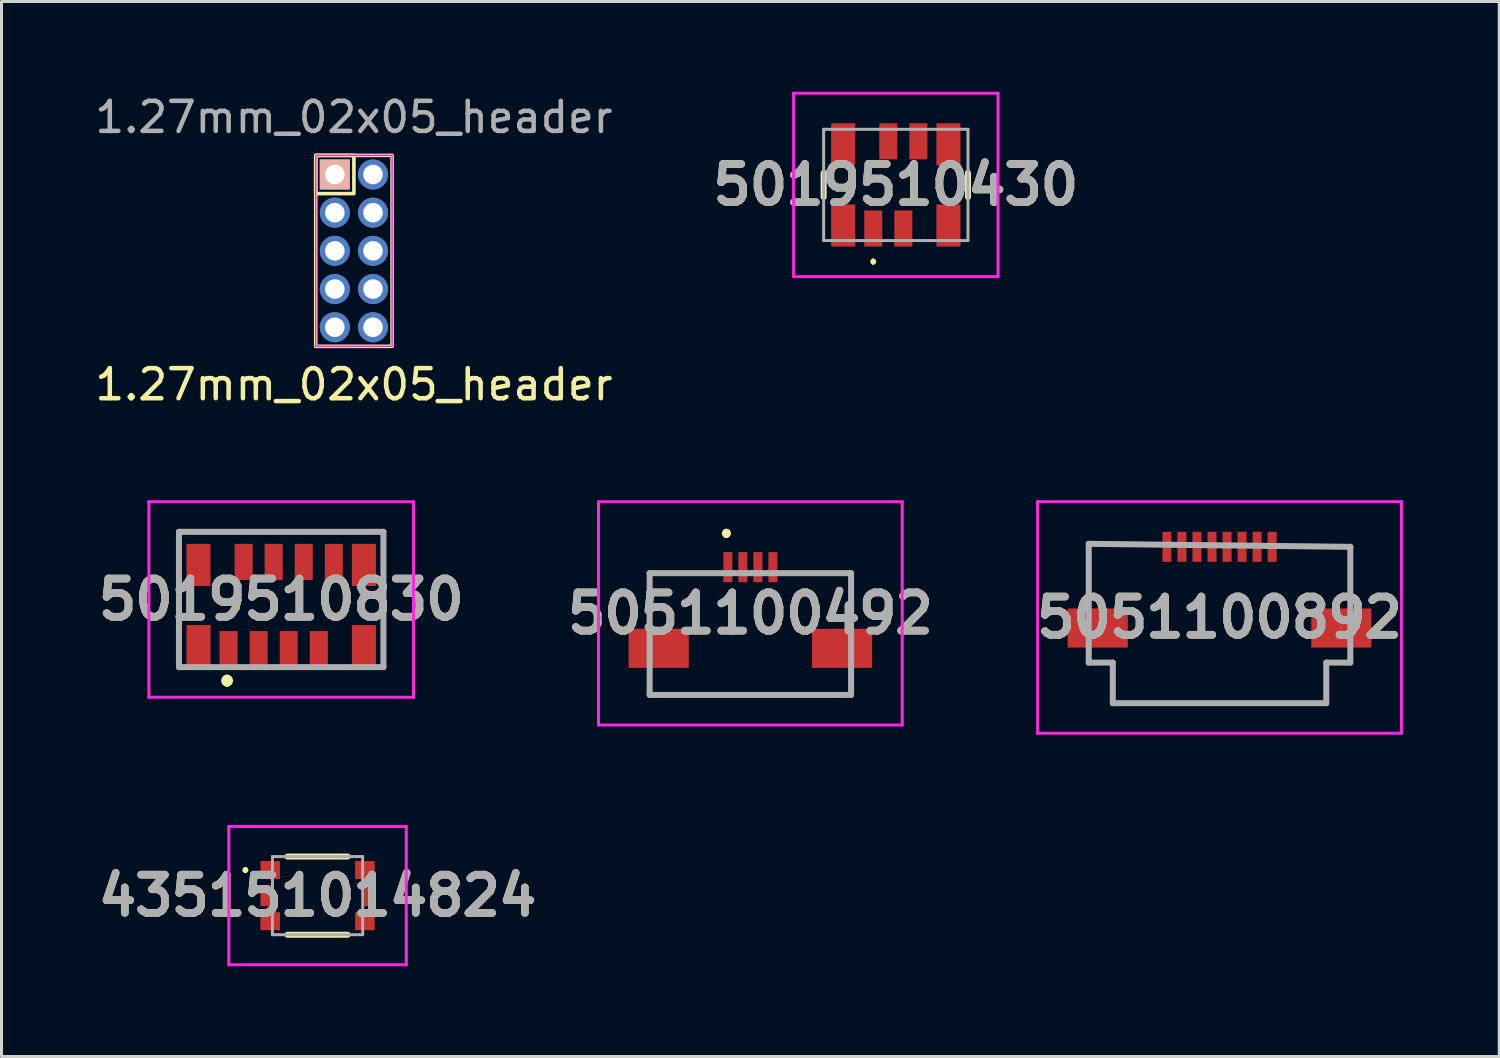
<source format=kicad_pcb>
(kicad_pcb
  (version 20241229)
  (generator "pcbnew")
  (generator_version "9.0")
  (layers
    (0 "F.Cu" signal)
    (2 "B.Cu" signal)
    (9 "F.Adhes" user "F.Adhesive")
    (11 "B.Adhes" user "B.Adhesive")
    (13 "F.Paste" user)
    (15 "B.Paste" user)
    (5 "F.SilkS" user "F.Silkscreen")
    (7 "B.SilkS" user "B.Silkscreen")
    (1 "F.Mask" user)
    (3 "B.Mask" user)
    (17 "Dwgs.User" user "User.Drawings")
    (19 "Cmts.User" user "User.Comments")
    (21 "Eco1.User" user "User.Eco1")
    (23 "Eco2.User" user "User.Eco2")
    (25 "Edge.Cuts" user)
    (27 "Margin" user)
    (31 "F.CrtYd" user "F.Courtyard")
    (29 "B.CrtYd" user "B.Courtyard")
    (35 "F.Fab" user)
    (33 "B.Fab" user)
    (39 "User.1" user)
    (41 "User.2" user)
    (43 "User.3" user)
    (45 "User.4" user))
  (footprint "5051100892"
    (layer "F.Cu")
    (at 37.508 17.686)
    (property "Reference" "5051100892" (at 0 -0.2 0) (layer "F.SilkS") (effects (font (size 1.27 1.27) (thickness 0.254))))
    (attr smd)
    (fp_line (start -4.35 -2.65) (end -4.35 -1.15) (stroke (width 0.1) (type solid)) (layer "F.SilkS"))
    (fp_line (start -4.35 1.3) (end -3.55 1.3) (stroke (width 0.1) (type solid)) (layer "F.SilkS"))
    (fp_line (start -3.55 1.3) (end -3.55 2.65) (stroke (width 0.1) (type solid)) (layer "F.SilkS"))
    (fp_line (start -3.55 2.65) (end 3.55 2.65) (stroke (width 0.1) (type solid)) (layer "F.SilkS"))
    (fp_line (start -2.5 -2.65) (end -4.35 -2.65) (stroke (width 0.1) (type solid)) (layer "F.SilkS"))
    (fp_line (start 2.5 -2.55) (end 4.35 -2.55) (stroke (width 0.1) (type solid)) (layer "F.SilkS"))
    (fp_line (start 3.55 1.3) (end 4.35 1.3) (stroke (width 0.1) (type solid)) (layer "F.SilkS"))
    (fp_line (start 3.55 2.65) (end 3.55 1.3) (stroke (width 0.1) (type solid)) (layer "F.SilkS"))
    (fp_line (start 4.35 -2.55) (end 4.35 -1.15) (stroke (width 0.1) (type solid)) (layer "F.SilkS"))
    (fp_line (start -6.05 -4.05) (end 6.05 -4.05) (stroke (width 0.1) (type solid)) (layer "F.CrtYd"))
    (fp_line (start -6.05 3.65) (end -6.05 -4.05) (stroke (width 0.1) (type solid)) (layer "F.CrtYd"))
    (fp_line (start 6.05 -4.05) (end 6.05 3.65) (stroke (width 0.1) (type solid)) (layer "F.CrtYd"))
    (fp_line (start 6.05 3.65) (end -6.05 3.65) (stroke (width 0.1) (type solid)) (layer "F.CrtYd"))
    (fp_line (start -4.35 -2.65) (end -4.35 1.3) (stroke (width 0.2) (type solid)) (layer "F.Fab"))
    (fp_line (start -4.35 1.3) (end -3.55 1.3) (stroke (width 0.2) (type solid)) (layer "F.Fab"))
    (fp_line (start -3.55 1.3) (end -3.55 2.65) (stroke (width 0.2) (type solid)) (layer "F.Fab"))
    (fp_line (start -3.55 2.65) (end 3.55 2.65) (stroke (width 0.2) (type solid)) (layer "F.Fab"))
    (fp_line (start 3.55 1.3) (end 4.35 1.3) (stroke (width 0.2) (type solid)) (layer "F.Fab"))
    (fp_line (start 3.55 2.65) (end 3.55 1.3) (stroke (width 0.2) (type solid)) (layer "F.Fab"))
    (fp_line (start 4.35 -2.55) (end -4.35 -2.65) (stroke (width 0.2) (type solid)) (layer "F.Fab"))
    (fp_line (start 4.35 1.3) (end 4.35 -2.55) (stroke (width 0.2) (type solid)) (layer "F.Fab"))
    (fp_text user "${REFERENCE}" (at 0 -0.2 0) (layer "F.Fab") (effects (font (size 1.27 1.27) (thickness 0.254))))
    (pad "1" smd rect (at -1.75 -2.55) (size 0.3 1) (layers "F.Cu" "F.Mask" "F.Paste"))
    (pad "2" smd rect (at -1.25 -2.55) (size 0.3 1) (layers "F.Cu" "F.Mask" "F.Paste"))
    (pad "3" smd rect (at -0.75 -2.55) (size 0.3 1) (layers "F.Cu" "F.Mask" "F.Paste"))
    (pad "4" smd rect (at -0.25 -2.55) (size 0.3 1) (layers "F.Cu" "F.Mask" "F.Paste"))
    (pad "5" smd rect (at 0.25 -2.55) (size 0.3 1) (layers "F.Cu" "F.Mask" "F.Paste"))
    (pad "6" smd rect (at 0.75 -2.55) (size 0.3 1) (layers "F.Cu" "F.Mask" "F.Paste"))
    (pad "7" smd rect (at 1.25 -2.55) (size 0.3 1) (layers "F.Cu" "F.Mask" "F.Paste"))
    (pad "8" smd rect (at 1.75 -2.55) (size 0.3 1) (layers "F.Cu" "F.Mask" "F.Paste"))
    (pad "MP1" smd rect (at -4.05 0.15 90) (size 1.3 2) (layers "F.Cu" "F.Mask" "F.Paste"))
    (pad "MP2" smd rect (at 4.05 0.15 90) (size 1.3 2) (layers "F.Cu" "F.Mask" "F.Paste")))
  (footprint "1.27mm_02x05_header"
    (layer "F.Cu")
    (at 8.72 5.293)
    (property "Reference" "1.27mm_02x05_header" (at 0 4.445 0) (unlocked yes) (layer "F.SilkS") (effects (font (size 1 1) (thickness 0.15))))
    (attr through_hole)
    (fp_rect (start -1.27 -3.175) (end 0 -1.905) (stroke (width 0.12) (type solid)) (fill no) (layer "F.SilkS"))
    (fp_rect (start -1.27 -3.175) (end 1.27 3.175) (stroke (width 0.12) (type solid)) (fill no) (layer "F.SilkS"))
    (fp_rect (start -1.27 -3.175) (end 1.27 3.175) (stroke (width 0.05) (type solid)) (fill no) (layer "F.CrtYd"))
    (fp_text user "${REFERENCE}" (at 0 -4.445 0) (unlocked yes) (layer "F.Fab") (effects (font (size 1 1) (thickness 0.15))))
    (pad "1" thru_hole rect (at -0.635 -2.54) (size 1 1) (drill 0.65) (layers "*.Cu" "*.Mask" "B.SilkS"))
    (pad "2" thru_hole circle (at -0.635 -1.27) (size 1 1) (drill 0.65) (layers "*.Cu" "*.Mask"))
    (pad "3" thru_hole circle (at -0.635 0) (size 1 1) (drill 0.65) (layers "*.Cu" "*.Mask"))
    (pad "4" thru_hole circle (at -0.635 1.27) (size 1 1) (drill 0.65) (layers "*.Cu" "*.Mask"))
    (pad "5" thru_hole circle (at -0.635 2.54) (size 1 1) (drill 0.65) (layers "*.Cu" "*.Mask"))
    (pad "6" thru_hole circle (at 0.635 2.54) (size 1 1) (drill 0.65) (layers "*.Cu" "*.Mask"))
    (pad "7" thru_hole circle (at 0.635 1.27) (size 1 1) (drill 0.65) (layers "*.Cu" "*.Mask"))
    (pad "8" thru_hole circle (at 0.635 0) (size 1 1) (drill 0.65) (layers "*.Cu" "*.Mask"))
    (pad "9" thru_hole circle (at 0.635 -1.27) (size 1 1) (drill 0.65) (layers "*.Cu" "*.Mask"))
    (pad "10" thru_hole circle (at 0.635 -2.54) (size 1 1) (drill 0.65) (layers "*.Cu" "*.Mask")))
  (footprint "5019510430"
    (layer "F.Cu")
    (at 26.742 3.1)
    (property "Reference" "5019510430" (at 0 0 0) (layer "F.SilkS") (effects (font (size 1.27 1.27) (thickness 0.254))))
    (attr smd)
    (fp_line (start -2.4 -0.4) (end -2.4 0.4) (stroke (width 0.2) (type solid)) (layer "F.SilkS"))
    (fp_line (start -0.75 2.5) (end -0.75 2.5) (stroke (width 0.1) (type solid)) (layer "F.SilkS"))
    (fp_line (start -0.75 2.6) (end -0.75 2.6) (stroke (width 0.1) (type solid)) (layer "F.SilkS"))
    (fp_line (start 2.4 -0.4) (end 2.4 0.4) (stroke (width 0.2) (type solid)) (layer "F.SilkS"))
    (fp_arc (start -0.75 2.5) (mid -0.7 2.55) (end -0.75 2.6) (stroke (width 0.1) (type solid)) (layer "F.SilkS"))
    (fp_arc (start -0.75 2.6) (mid -0.8 2.55) (end -0.75 2.5) (stroke (width 0.1) (type solid)) (layer "F.SilkS"))
    (fp_line (start -3.4 -3.05) (end 3.4 -3.05) (stroke (width 0.1) (type solid)) (layer "F.CrtYd"))
    (fp_line (start -3.4 3.05) (end -3.4 -3.05) (stroke (width 0.1) (type solid)) (layer "F.CrtYd"))
    (fp_line (start 3.4 -3.05) (end 3.4 3.05) (stroke (width 0.1) (type solid)) (layer "F.CrtYd"))
    (fp_line (start 3.4 3.05) (end -3.4 3.05) (stroke (width 0.1) (type solid)) (layer "F.CrtYd"))
    (fp_line (start -2.4 -1.85) (end -2.4 1.85) (stroke (width 0.1) (type solid)) (layer "F.Fab"))
    (fp_line (start -2.4 1.85) (end 2.4 1.85) (stroke (width 0.1) (type solid)) (layer "F.Fab"))
    (fp_line (start 2.4 -1.85) (end -2.4 -1.85) (stroke (width 0.1) (type solid)) (layer "F.Fab"))
    (fp_line (start 2.4 1.85) (end 2.4 -1.85) (stroke (width 0.1) (type solid)) (layer "F.Fab"))
    (fp_text user "${REFERENCE}" (at 0 0 0) (layer "F.Fab") (effects (font (size 1.27 1.27) (thickness 0.254))))
    (pad "1" smd rect (at -0.75 1.45) (size 0.6 1.2) (layers "F.Cu" "F.Mask" "F.Paste"))
    (pad "2" smd rect (at -0.25 -1.45) (size 0.6 1.2) (layers "F.Cu" "F.Mask" "F.Paste"))
    (pad "3" smd rect (at 0.25 1.45) (size 0.6 1.2) (layers "F.Cu" "F.Mask" "F.Paste"))
    (pad "4" smd rect (at 0.75 -1.45) (size 0.6 1.2) (layers "F.Cu" "F.Mask" "F.Paste"))
    (pad "MP1" smd rect (at -1.75 1.35) (size 0.8 1.4) (layers "F.Cu" "F.Mask" "F.Paste"))
    (pad "MP2" smd rect (at -1.75 -1.35) (size 0.8 1.4) (layers "F.Cu" "F.Mask" "F.Paste"))
    (pad "MP3" smd rect (at 1.75 1.35) (size 0.8 1.4) (layers "F.Cu" "F.Mask" "F.Paste"))
    (pad "MP4" smd rect (at 1.75 -1.35) (size 0.8 1.4) (layers "F.Cu" "F.Mask" "F.Paste")))
  (footprint "435151014824"
    (layer "F.Cu")
    (at 7.511 26.736)
    (property "Reference" "435151014824" (at 0 0 0) (layer "F.SilkS") (effects (font (size 1.27 1.27) (thickness 0.254))))
    (attr smd)
    (fp_line (start -2.4 -0.9) (end -2.4 -0.9) (stroke (width 0.1) (type solid)) (layer "F.SilkS"))
    (fp_line (start -2.4 -0.8) (end -2.4 -0.8) (stroke (width 0.1) (type solid)) (layer "F.SilkS"))
    (fp_line (start -1 -1.3) (end 1 -1.3) (stroke (width 0.2) (type solid)) (layer "F.SilkS"))
    (fp_line (start -1 1.3) (end 1 1.3) (stroke (width 0.2) (type solid)) (layer "F.SilkS"))
    (fp_arc (start -2.4 -0.9) (mid -2.35 -0.85) (end -2.4 -0.8) (stroke (width 0.1) (type solid)) (layer "F.SilkS"))
    (fp_arc (start -2.4 -0.8) (mid -2.45 -0.85) (end -2.4 -0.9) (stroke (width 0.1) (type solid)) (layer "F.SilkS"))
    (fp_line (start -2.95 -2.3) (end 2.95 -2.3) (stroke (width 0.1) (type solid)) (layer "F.CrtYd"))
    (fp_line (start -2.95 2.3) (end -2.95 -2.3) (stroke (width 0.1) (type solid)) (layer "F.CrtYd"))
    (fp_line (start 2.95 -2.3) (end 2.95 2.3) (stroke (width 0.1) (type solid)) (layer "F.CrtYd"))
    (fp_line (start 2.95 2.3) (end -2.95 2.3) (stroke (width 0.1) (type solid)) (layer "F.CrtYd"))
    (fp_line (start -1.5 -1.3) (end 1.5 -1.3) (stroke (width 0.1) (type solid)) (layer "F.Fab"))
    (fp_line (start -1.5 1.3) (end -1.5 -1.3) (stroke (width 0.1) (type solid)) (layer "F.Fab"))
    (fp_line (start 1.5 -1.3) (end 1.5 1.3) (stroke (width 0.1) (type solid)) (layer "F.Fab"))
    (fp_line (start 1.5 1.3) (end -1.5 1.3) (stroke (width 0.1) (type solid)) (layer "F.Fab"))
    (fp_text user "${REFERENCE}" (at 0 0 0) (layer "F.Fab") (effects (font (size 1.27 1.27) (thickness 0.254))))
    (pad "1" smd rect (at -1.575 -0.85 90) (size 0.6 0.65) (layers "F.Cu" "F.Mask" "F.Paste"))
    (pad "2" smd rect (at 1.575 -0.85 90) (size 0.6 0.65) (layers "F.Cu" "F.Mask" "F.Paste"))
    (pad "3" smd rect (at -1.575 0.85 90) (size 0.6 0.65) (layers "F.Cu" "F.Mask" "F.Paste"))
    (pad "4" smd rect (at 1.575 0.85 90) (size 0.6 0.65) (layers "F.Cu" "F.Mask" "F.Paste"))
    (pad "5" smd rect (at -1.725 0) (size 0.35 0.7) (layers "F.Cu" "F.Mask" "F.Paste"))
    (pad "6" smd rect (at 1.725 0) (size 0.35 0.7) (layers "F.Cu" "F.Mask" "F.Paste")))
  (footprint "5019510830"
    (layer "F.Cu")
    (at 6.302 17.087)
    (property "Reference" "5019510830" (at 0 -0.2 0) (layer "F.SilkS") (effects (font (size 1.27 1.27) (thickness 0.254))))
    (attr smd)
    (fp_line (start -1.8 2.4) (end -1.8 2.4) (stroke (width 0.2) (type solid)) (layer "F.SilkS"))
    (fp_line (start -1.8 2.6) (end -1.8 2.6) (stroke (width 0.2) (type solid)) (layer "F.SilkS"))
    (fp_arc (start -1.8 2.4) (mid -1.7 2.5) (end -1.8 2.6) (stroke (width 0.2) (type solid)) (layer "F.SilkS"))
    (fp_arc (start -1.8 2.6) (mid -1.9 2.5) (end -1.8 2.4) (stroke (width 0.2) (type solid)) (layer "F.SilkS"))
    (fp_line (start -4.4 -3.45) (end 4.4 -3.45) (stroke (width 0.1) (type solid)) (layer "F.CrtYd"))
    (fp_line (start -4.4 3.05) (end -4.4 -3.45) (stroke (width 0.1) (type solid)) (layer "F.CrtYd"))
    (fp_line (start 4.4 -3.45) (end 4.4 3.05) (stroke (width 0.1) (type solid)) (layer "F.CrtYd"))
    (fp_line (start 4.4 3.05) (end -4.4 3.05) (stroke (width 0.1) (type solid)) (layer "F.CrtYd"))
    (fp_line (start -3.4 -2.45) (end 3.4 -2.45) (stroke (width 0.2) (type solid)) (layer "F.Fab"))
    (fp_line (start -3.4 2.05) (end -3.4 -2.45) (stroke (width 0.2) (type solid)) (layer "F.Fab"))
    (fp_line (start 3.4 -2.45) (end 3.4 2.05) (stroke (width 0.2) (type solid)) (layer "F.Fab"))
    (fp_line (start 3.4 2.05) (end -3.4 2.05) (stroke (width 0.2) (type solid)) (layer "F.Fab"))
    (fp_text user "${REFERENCE}" (at 0 -0.2 0) (layer "F.Fab") (effects (font (size 1.27 1.27) (thickness 0.254))))
    (pad "1" smd rect (at -1.75 1.45) (size 0.6 1.2) (layers "F.Cu" "F.Mask" "F.Paste"))
    (pad "2" smd rect (at -1.25 -1.45) (size 0.6 1.2) (layers "F.Cu" "F.Mask" "F.Paste"))
    (pad "3" smd rect (at -0.75 1.45) (size 0.6 1.2) (layers "F.Cu" "F.Mask" "F.Paste"))
    (pad "4" smd rect (at -0.25 -1.45) (size 0.6 1.2) (layers "F.Cu" "F.Mask" "F.Paste"))
    (pad "5" smd rect (at 0.25 1.45) (size 0.6 1.2) (layers "F.Cu" "F.Mask" "F.Paste"))
    (pad "6" smd rect (at 0.75 -1.45) (size 0.6 1.2) (layers "F.Cu" "F.Mask" "F.Paste"))
    (pad "7" smd rect (at 1.25 1.45) (size 0.6 1.2) (layers "F.Cu" "F.Mask" "F.Paste"))
    (pad "8" smd rect (at 1.75 -1.45) (size 0.6 1.2) (layers "F.Cu" "F.Mask" "F.Paste"))
    (pad "MP1" smd rect (at -2.75 1.35) (size 0.8 1.4) (layers "F.Cu" "F.Mask" "F.Paste"))
    (pad "MP2" smd rect (at -2.75 -1.35) (size 0.8 1.4) (layers "F.Cu" "F.Mask" "F.Paste"))
    (pad "MP3" smd rect (at 2.75 1.35) (size 0.8 1.4) (layers "F.Cu" "F.Mask" "F.Paste"))
    (pad "MP4" smd rect (at 2.75 -1.35) (size 0.8 1.4) (layers "F.Cu" "F.Mask" "F.Paste")))
  (footprint "5051100492"
    (layer "F.Cu")
    (at 21.905 18.037)
    (property "Reference" "5051100492" (at 0 -0.688 0) (layer "F.SilkS") (effects (font (size 1.27 1.27) (thickness 0.254))))
    (attr smd)
    (fp_line (start -3.35 -2.025) (end -3.35 -2.025) (stroke (width 0.1) (type solid)) (layer "F.SilkS"))
    (fp_line (start -3.35 -2.025) (end -3.35 -2.025) (stroke (width 0.1) (type solid)) (layer "F.SilkS"))
    (fp_line (start -3.35 -2.025) (end -3.35 -0.75) (stroke (width 0.1) (type solid)) (layer "F.SilkS"))
    (fp_line (start -3.35 -2.025) (end -1.5 -2.025) (stroke (width 0.1) (type solid)) (layer "F.SilkS"))
    (fp_line (start -3.35 -0.75) (end -3.35 -2.025) (stroke (width 0.1) (type solid)) (layer "F.SilkS"))
    (fp_line (start -3.35 -0.75) (end -3.35 -0.75) (stroke (width 0.1) (type solid)) (layer "F.SilkS"))
    (fp_line (start -3.35 1.75) (end -3.35 1.75) (stroke (width 0.1) (type solid)) (layer "F.SilkS"))
    (fp_line (start -3.35 1.75) (end -3.35 2) (stroke (width 0.1) (type solid)) (layer "F.SilkS"))
    (fp_line (start -3.35 2) (end -3.35 1.75) (stroke (width 0.1) (type solid)) (layer "F.SilkS"))
    (fp_line (start -3.35 2) (end -3.35 2) (stroke (width 0.1) (type solid)) (layer "F.SilkS"))
    (fp_line (start -3.35 2.025) (end -3.35 2.025) (stroke (width 0.1) (type solid)) (layer "F.SilkS"))
    (fp_line (start -3.35 2.025) (end 3.35 2.025) (stroke (width 0.1) (type solid)) (layer "F.SilkS"))
    (fp_line (start -1.5 -2.025) (end -3.35 -2.025) (stroke (width 0.1) (type solid)) (layer "F.SilkS"))
    (fp_line (start -1.5 -2.025) (end -1.5 -2.025) (stroke (width 0.1) (type solid)) (layer "F.SilkS"))
    (fp_line (start -0.8 -3.4) (end -0.8 -3.4) (stroke (width 0.2) (type solid)) (layer "F.SilkS"))
    (fp_line (start -0.8 -3.3) (end -0.8 -3.3) (stroke (width 0.2) (type solid)) (layer "F.SilkS"))
    (fp_line (start -0.8 -3.3) (end -0.8 -3.3) (stroke (width 0.2) (type solid)) (layer "F.SilkS"))
    (fp_line (start 1.5 -2.025) (end 1.5 -2.025) (stroke (width 0.1) (type solid)) (layer "F.SilkS"))
    (fp_line (start 1.5 -2.025) (end 3.35 -2.025) (stroke (width 0.1) (type solid)) (layer "F.SilkS"))
    (fp_line (start 3.35 -2.025) (end 1.5 -2.025) (stroke (width 0.1) (type solid)) (layer "F.SilkS"))
    (fp_line (start 3.35 -2.025) (end 3.35 -2.025) (stroke (width 0.1) (type solid)) (layer "F.SilkS"))
    (fp_line (start 3.35 -2.025) (end 3.35 -2.025) (stroke (width 0.1) (type solid)) (layer "F.SilkS"))
    (fp_line (start 3.35 -2.025) (end 3.35 -0.75) (stroke (width 0.1) (type solid)) (layer "F.SilkS"))
    (fp_line (start 3.35 -0.75) (end 3.35 -2.025) (stroke (width 0.1) (type solid)) (layer "F.SilkS"))
    (fp_line (start 3.35 -0.75) (end 3.35 -0.75) (stroke (width 0.1) (type solid)) (layer "F.SilkS"))
    (fp_line (start 3.35 1.75) (end 3.35 1.75) (stroke (width 0.1) (type solid)) (layer "F.SilkS"))
    (fp_line (start 3.35 1.75) (end 3.35 2.025) (stroke (width 0.1) (type solid)) (layer "F.SilkS"))
    (fp_line (start 3.35 2.025) (end -3.35 2.025) (stroke (width 0.1) (type solid)) (layer "F.SilkS"))
    (fp_line (start 3.35 2.025) (end 3.35 1.75) (stroke (width 0.1) (type solid)) (layer "F.SilkS"))
    (fp_line (start 3.35 2.025) (end 3.35 2.025) (stroke (width 0.1) (type solid)) (layer "F.SilkS"))
    (fp_line (start 3.35 2.025) (end 3.35 2.025) (stroke (width 0.1) (type solid)) (layer "F.SilkS"))
    (fp_arc (start -0.8 -3.4) (mid -0.75 -3.35) (end -0.8 -3.3) (stroke (width 0.2) (type solid)) (layer "F.SilkS"))
    (fp_arc (start -0.8 -3.4) (mid -0.75 -3.35) (end -0.8 -3.3) (stroke (width 0.2) (type solid)) (layer "F.SilkS"))
    (fp_arc (start -0.8 -3.3) (mid -0.85 -3.35) (end -0.8 -3.4) (stroke (width 0.2) (type solid)) (layer "F.SilkS"))
    (fp_line (start -5.05 -4.4) (end 5.05 -4.4) (stroke (width 0.1) (type solid)) (layer "F.CrtYd"))
    (fp_line (start -5.05 3.025) (end -5.05 -4.4) (stroke (width 0.1) (type solid)) (layer "F.CrtYd"))
    (fp_line (start 5.05 -4.4) (end 5.05 3.025) (stroke (width 0.1) (type solid)) (layer "F.CrtYd"))
    (fp_line (start 5.05 3.025) (end -5.05 3.025) (stroke (width 0.1) (type solid)) (layer "F.CrtYd"))
    (fp_line (start -3.35 -2.025) (end -3.35 2.025) (stroke (width 0.2) (type solid)) (layer "F.Fab"))
    (fp_line (start -3.35 2.025) (end 3.35 2.025) (stroke (width 0.2) (type solid)) (layer "F.Fab"))
    (fp_line (start 3.35 -2.025) (end -3.35 -2.025) (stroke (width 0.2) (type solid)) (layer "F.Fab"))
    (fp_line (start 3.35 2.025) (end 3.35 -2.025) (stroke (width 0.2) (type solid)) (layer "F.Fab"))
    (fp_text user "${REFERENCE}" (at 0 -0.688 0) (layer "F.Fab") (effects (font (size 1.27 1.27) (thickness 0.254))))
    (pad "1" smd rect (at -0.75 -2.225) (size 0.3 1) (layers "F.Cu" "F.Mask" "F.Paste"))
    (pad "2" smd rect (at -0.25 -2.225) (size 0.3 1) (layers "F.Cu" "F.Mask" "F.Paste"))
    (pad "3" smd rect (at 0.25 -2.225) (size 0.3 1) (layers "F.Cu" "F.Mask" "F.Paste"))
    (pad "4" smd rect (at 0.75 -2.225) (size 0.3 1) (layers "F.Cu" "F.Mask" "F.Paste"))
    (pad "MP1" smd rect (at -3.05 0.475 90) (size 1.3 2) (layers "F.Cu" "F.Mask" "F.Paste"))
    (pad "MP2" smd rect (at 3.05 0.475 90) (size 1.3 2) (layers "F.Cu" "F.Mask" "F.Paste")))
  (gr_rect
    (start -3 -3)
    (end 46.81 32.087)
    (stroke (width 0.1) (type default))
    (fill no)
    (layer "Edge.Cuts")))
</source>
